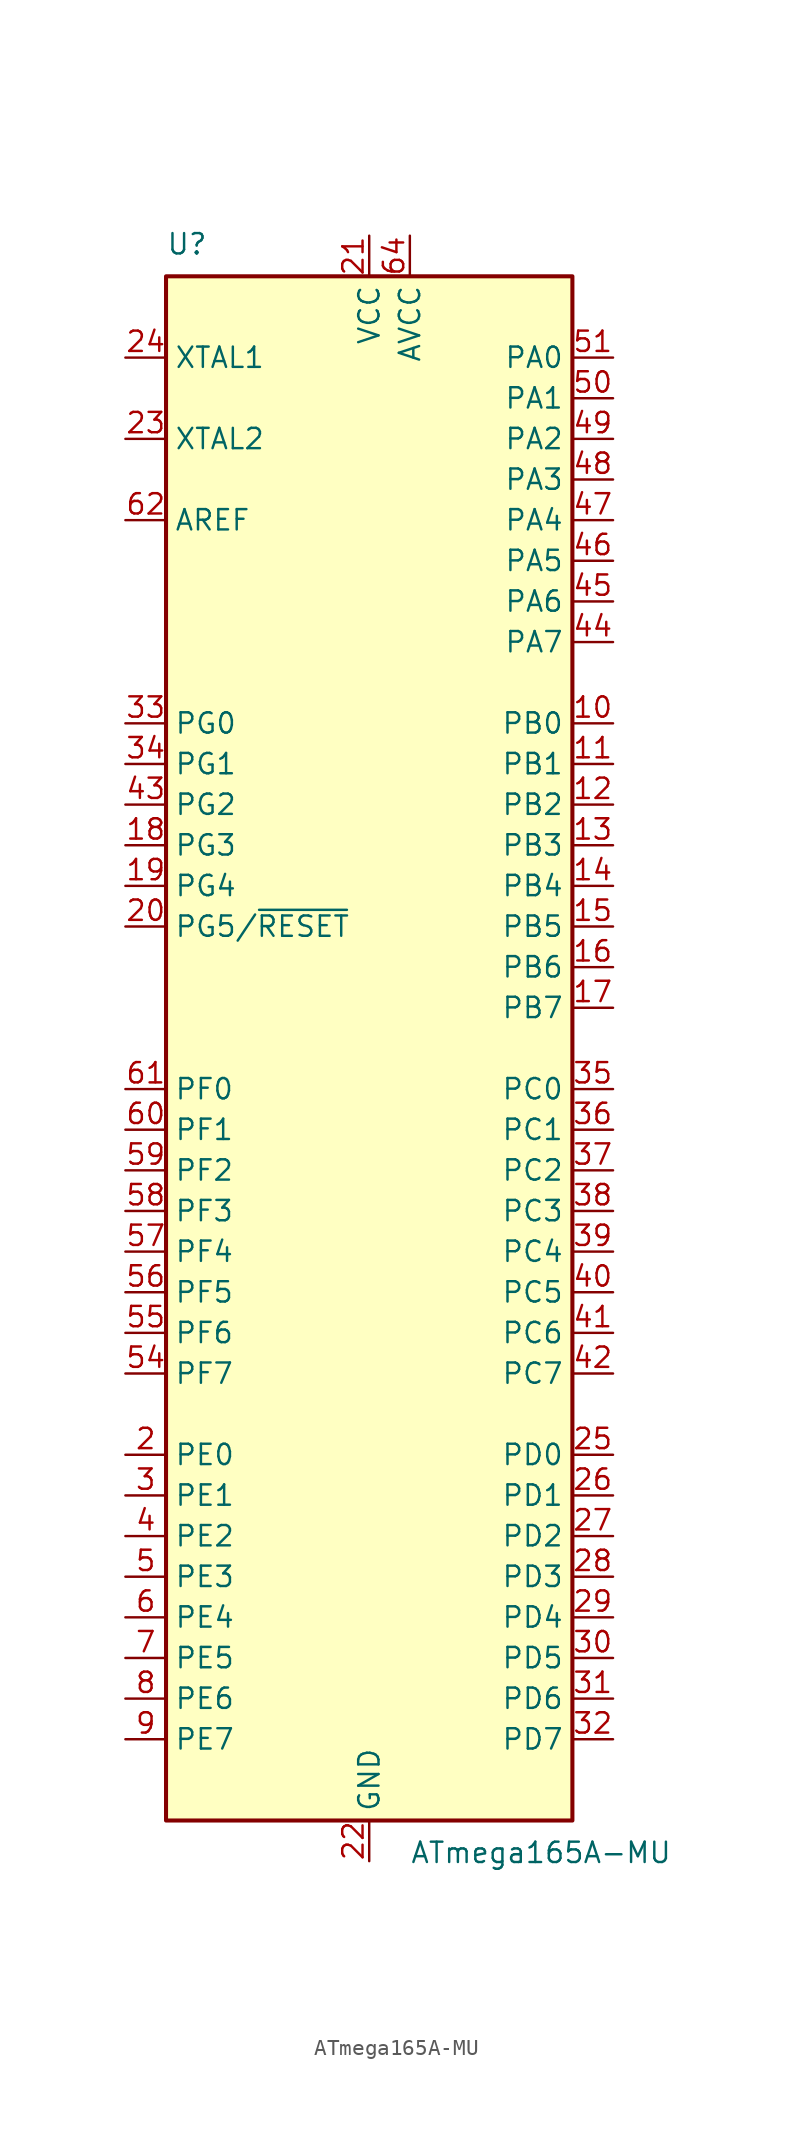
<source format=kicad_sym>
(kicad_symbol_lib
  (version 20211014)
  (generator kicad_symbol_editor)
  (symbol "ATmega165A-MU"
    (property "Reference" "U"
      (at -12.7 49.53 0)
      (effects (font (size 1.27 1.27)) (justify left bottom)))
    (property "Value" "ATmega165A-MU"
      (at 2.54 -49.53 0)
      (effects (font (size 1.27 1.27)) (justify left top)))
    (symbol "ATmega165A-MU_0_1"
      (rectangle (start -12.7 -48.26) (end 12.7 48.26) (stroke (width 0.254) (type default) (color 0 0 0 0)) (fill (type background))))
    (symbol "ATmega165A-MU_1_1"
      (pin no_connect line (at -12.7 -45.72 0) (length 2.54) hide (name "NC" (effects (font (size 1.27 1.27)))) (number "1" (effects (font (size 1.27 1.27)))))
      (pin bidirectional line (at 15.24 20.32 180) (length 2.54) (name "PB0" (effects (font (size 1.27 1.27)))) (number "10" (effects (font (size 1.27 1.27)))))
      (pin bidirectional line (at 15.24 17.78 180) (length 2.54) (name "PB1" (effects (font (size 1.27 1.27)))) (number "11" (effects (font (size 1.27 1.27)))))
      (pin bidirectional line (at 15.24 15.24 180) (length 2.54) (name "PB2" (effects (font (size 1.27 1.27)))) (number "12" (effects (font (size 1.27 1.27)))))
      (pin bidirectional line (at 15.24 12.7 180) (length 2.54) (name "PB3" (effects (font (size 1.27 1.27)))) (number "13" (effects (font (size 1.27 1.27)))))
      (pin bidirectional line (at 15.24 10.16 180) (length 2.54) (name "PB4" (effects (font (size 1.27 1.27)))) (number "14" (effects (font (size 1.27 1.27)))))
      (pin bidirectional line (at 15.24 7.62 180) (length 2.54) (name "PB5" (effects (font (size 1.27 1.27)))) (number "15" (effects (font (size 1.27 1.27)))))
      (pin bidirectional line (at 15.24 5.08 180) (length 2.54) (name "PB6" (effects (font (size 1.27 1.27)))) (number "16" (effects (font (size 1.27 1.27)))))
      (pin bidirectional line (at 15.24 2.54 180) (length 2.54) (name "PB7" (effects (font (size 1.27 1.27)))) (number "17" (effects (font (size 1.27 1.27)))))
      (pin bidirectional line (at -15.24 12.7 0) (length 2.54) (name "PG3" (effects (font (size 1.27 1.27)))) (number "18" (effects (font (size 1.27 1.27)))))
      (pin bidirectional line (at -15.24 10.16 0) (length 2.54) (name "PG4" (effects (font (size 1.27 1.27)))) (number "19" (effects (font (size 1.27 1.27)))))
      (pin bidirectional line (at -15.24 -25.4 0) (length 2.54) (name "PE0" (effects (font (size 1.27 1.27)))) (number "2" (effects (font (size 1.27 1.27)))))
      (pin bidirectional line (at -15.24 7.62 0) (length 2.54) (name "PG5/~{RESET}" (effects (font (size 1.27 1.27)))) (number "20" (effects (font (size 1.27 1.27)))))
      (pin power_in line (at 0 50.8 270) (length 2.54) (name "VCC" (effects (font (size 1.27 1.27)))) (number "21" (effects (font (size 1.27 1.27)))))
      (pin power_in line (at 0 -50.8 90) (length 2.54) (name "GND" (effects (font (size 1.27 1.27)))) (number "22" (effects (font (size 1.27 1.27)))))
      (pin output line (at -15.24 38.1 0) (length 2.54) (name "XTAL2" (effects (font (size 1.27 1.27)))) (number "23" (effects (font (size 1.27 1.27)))))
      (pin input line (at -15.24 43.18 0) (length 2.54) (name "XTAL1" (effects (font (size 1.27 1.27)))) (number "24" (effects (font (size 1.27 1.27)))))
      (pin bidirectional line (at 15.24 -25.4 180) (length 2.54) (name "PD0" (effects (font (size 1.27 1.27)))) (number "25" (effects (font (size 1.27 1.27)))))
      (pin bidirectional line (at 15.24 -27.94 180) (length 2.54) (name "PD1" (effects (font (size 1.27 1.27)))) (number "26" (effects (font (size 1.27 1.27)))))
      (pin bidirectional line (at 15.24 -30.48 180) (length 2.54) (name "PD2" (effects (font (size 1.27 1.27)))) (number "27" (effects (font (size 1.27 1.27)))))
      (pin bidirectional line (at 15.24 -33.02 180) (length 2.54) (name "PD3" (effects (font (size 1.27 1.27)))) (number "28" (effects (font (size 1.27 1.27)))))
      (pin bidirectional line (at 15.24 -35.56 180) (length 2.54) (name "PD4" (effects (font (size 1.27 1.27)))) (number "29" (effects (font (size 1.27 1.27)))))
      (pin bidirectional line (at -15.24 -27.94 0) (length 2.54) (name "PE1" (effects (font (size 1.27 1.27)))) (number "3" (effects (font (size 1.27 1.27)))))
      (pin bidirectional line (at 15.24 -38.1 180) (length 2.54) (name "PD5" (effects (font (size 1.27 1.27)))) (number "30" (effects (font (size 1.27 1.27)))))
      (pin bidirectional line (at 15.24 -40.64 180) (length 2.54) (name "PD6" (effects (font (size 1.27 1.27)))) (number "31" (effects (font (size 1.27 1.27)))))
      (pin bidirectional line (at 15.24 -43.18 180) (length 2.54) (name "PD7" (effects (font (size 1.27 1.27)))) (number "32" (effects (font (size 1.27 1.27)))))
      (pin bidirectional line (at -15.24 20.32 0) (length 2.54) (name "PG0" (effects (font (size 1.27 1.27)))) (number "33" (effects (font (size 1.27 1.27)))))
      (pin bidirectional line (at -15.24 17.78 0) (length 2.54) (name "PG1" (effects (font (size 1.27 1.27)))) (number "34" (effects (font (size 1.27 1.27)))))
      (pin bidirectional line (at 15.24 -2.54 180) (length 2.54) (name "PC0" (effects (font (size 1.27 1.27)))) (number "35" (effects (font (size 1.27 1.27)))))
      (pin bidirectional line (at 15.24 -5.08 180) (length 2.54) (name "PC1" (effects (font (size 1.27 1.27)))) (number "36" (effects (font (size 1.27 1.27)))))
      (pin bidirectional line (at 15.24 -7.62 180) (length 2.54) (name "PC2" (effects (font (size 1.27 1.27)))) (number "37" (effects (font (size 1.27 1.27)))))
      (pin bidirectional line (at 15.24 -10.16 180) (length 2.54) (name "PC3" (effects (font (size 1.27 1.27)))) (number "38" (effects (font (size 1.27 1.27)))))
      (pin bidirectional line (at 15.24 -12.7 180) (length 2.54) (name "PC4" (effects (font (size 1.27 1.27)))) (number "39" (effects (font (size 1.27 1.27)))))
      (pin bidirectional line (at -15.24 -30.48 0) (length 2.54) (name "PE2" (effects (font (size 1.27 1.27)))) (number "4" (effects (font (size 1.27 1.27)))))
      (pin bidirectional line (at 15.24 -15.24 180) (length 2.54) (name "PC5" (effects (font (size 1.27 1.27)))) (number "40" (effects (font (size 1.27 1.27)))))
      (pin bidirectional line (at 15.24 -17.78 180) (length 2.54) (name "PC6" (effects (font (size 1.27 1.27)))) (number "41" (effects (font (size 1.27 1.27)))))
      (pin bidirectional line (at 15.24 -20.32 180) (length 2.54) (name "PC7" (effects (font (size 1.27 1.27)))) (number "42" (effects (font (size 1.27 1.27)))))
      (pin bidirectional line (at -15.24 15.24 0) (length 2.54) (name "PG2" (effects (font (size 1.27 1.27)))) (number "43" (effects (font (size 1.27 1.27)))))
      (pin bidirectional line (at 15.24 25.4 180) (length 2.54) (name "PA7" (effects (font (size 1.27 1.27)))) (number "44" (effects (font (size 1.27 1.27)))))
      (pin bidirectional line (at 15.24 27.94 180) (length 2.54) (name "PA6" (effects (font (size 1.27 1.27)))) (number "45" (effects (font (size 1.27 1.27)))))
      (pin bidirectional line (at 15.24 30.48 180) (length 2.54) (name "PA5" (effects (font (size 1.27 1.27)))) (number "46" (effects (font (size 1.27 1.27)))))
      (pin bidirectional line (at 15.24 33.02 180) (length 2.54) (name "PA4" (effects (font (size 1.27 1.27)))) (number "47" (effects (font (size 1.27 1.27)))))
      (pin bidirectional line (at 15.24 35.56 180) (length 2.54) (name "PA3" (effects (font (size 1.27 1.27)))) (number "48" (effects (font (size 1.27 1.27)))))
      (pin bidirectional line (at 15.24 38.1 180) (length 2.54) (name "PA2" (effects (font (size 1.27 1.27)))) (number "49" (effects (font (size 1.27 1.27)))))
      (pin bidirectional line (at -15.24 -33.02 0) (length 2.54) (name "PE3" (effects (font (size 1.27 1.27)))) (number "5" (effects (font (size 1.27 1.27)))))
      (pin bidirectional line (at 15.24 40.64 180) (length 2.54) (name "PA1" (effects (font (size 1.27 1.27)))) (number "50" (effects (font (size 1.27 1.27)))))
      (pin bidirectional line (at 15.24 43.18 180) (length 2.54) (name "PA0" (effects (font (size 1.27 1.27)))) (number "51" (effects (font (size 1.27 1.27)))))
      (pin passive line (at 0 50.8 270) (length 2.54) hide (name "VCC" (effects (font (size 1.27 1.27)))) (number "52" (effects (font (size 1.27 1.27)))))
      (pin passive line (at 0 -50.8 90) (length 2.54) hide (name "GND" (effects (font (size 1.27 1.27)))) (number "53" (effects (font (size 1.27 1.27)))))
      (pin bidirectional line (at -15.24 -20.32 0) (length 2.54) (name "PF7" (effects (font (size 1.27 1.27)))) (number "54" (effects (font (size 1.27 1.27)))))
      (pin bidirectional line (at -15.24 -17.78 0) (length 2.54) (name "PF6" (effects (font (size 1.27 1.27)))) (number "55" (effects (font (size 1.27 1.27)))))
      (pin bidirectional line (at -15.24 -15.24 0) (length 2.54) (name "PF5" (effects (font (size 1.27 1.27)))) (number "56" (effects (font (size 1.27 1.27)))))
      (pin bidirectional line (at -15.24 -12.7 0) (length 2.54) (name "PF4" (effects (font (size 1.27 1.27)))) (number "57" (effects (font (size 1.27 1.27)))))
      (pin bidirectional line (at -15.24 -10.16 0) (length 2.54) (name "PF3" (effects (font (size 1.27 1.27)))) (number "58" (effects (font (size 1.27 1.27)))))
      (pin bidirectional line (at -15.24 -7.62 0) (length 2.54) (name "PF2" (effects (font (size 1.27 1.27)))) (number "59" (effects (font (size 1.27 1.27)))))
      (pin bidirectional line (at -15.24 -35.56 0) (length 2.54) (name "PE4" (effects (font (size 1.27 1.27)))) (number "6" (effects (font (size 1.27 1.27)))))
      (pin bidirectional line (at -15.24 -5.08 0) (length 2.54) (name "PF1" (effects (font (size 1.27 1.27)))) (number "60" (effects (font (size 1.27 1.27)))))
      (pin bidirectional line (at -15.24 -2.54 0) (length 2.54) (name "PF0" (effects (font (size 1.27 1.27)))) (number "61" (effects (font (size 1.27 1.27)))))
      (pin passive line (at -15.24 33.02 0) (length 2.54) (name "AREF" (effects (font (size 1.27 1.27)))) (number "62" (effects (font (size 1.27 1.27)))))
      (pin passive line (at 0 -50.8 90) (length 2.54) hide (name "GND" (effects (font (size 1.27 1.27)))) (number "63" (effects (font (size 1.27 1.27)))))
      (pin power_in line (at 2.54 50.8 270) (length 2.54) (name "AVCC" (effects (font (size 1.27 1.27)))) (number "64" (effects (font (size 1.27 1.27)))))
      (pin passive line (at 0 -50.8 90) (length 2.54) hide (name "GND" (effects (font (size 1.27 1.27)))) (number "65" (effects (font (size 1.27 1.27)))))
      (pin bidirectional line (at -15.24 -38.1 0) (length 2.54) (name "PE5" (effects (font (size 1.27 1.27)))) (number "7" (effects (font (size 1.27 1.27)))))
      (pin bidirectional line (at -15.24 -40.64 0) (length 2.54) (name "PE6" (effects (font (size 1.27 1.27)))) (number "8" (effects (font (size 1.27 1.27)))))
      (pin bidirectional line (at -15.24 -43.18 0) (length 2.54) (name "PE7" (effects (font (size 1.27 1.27)))) (number "9" (effects (font (size 1.27 1.27))))))))
</source>
